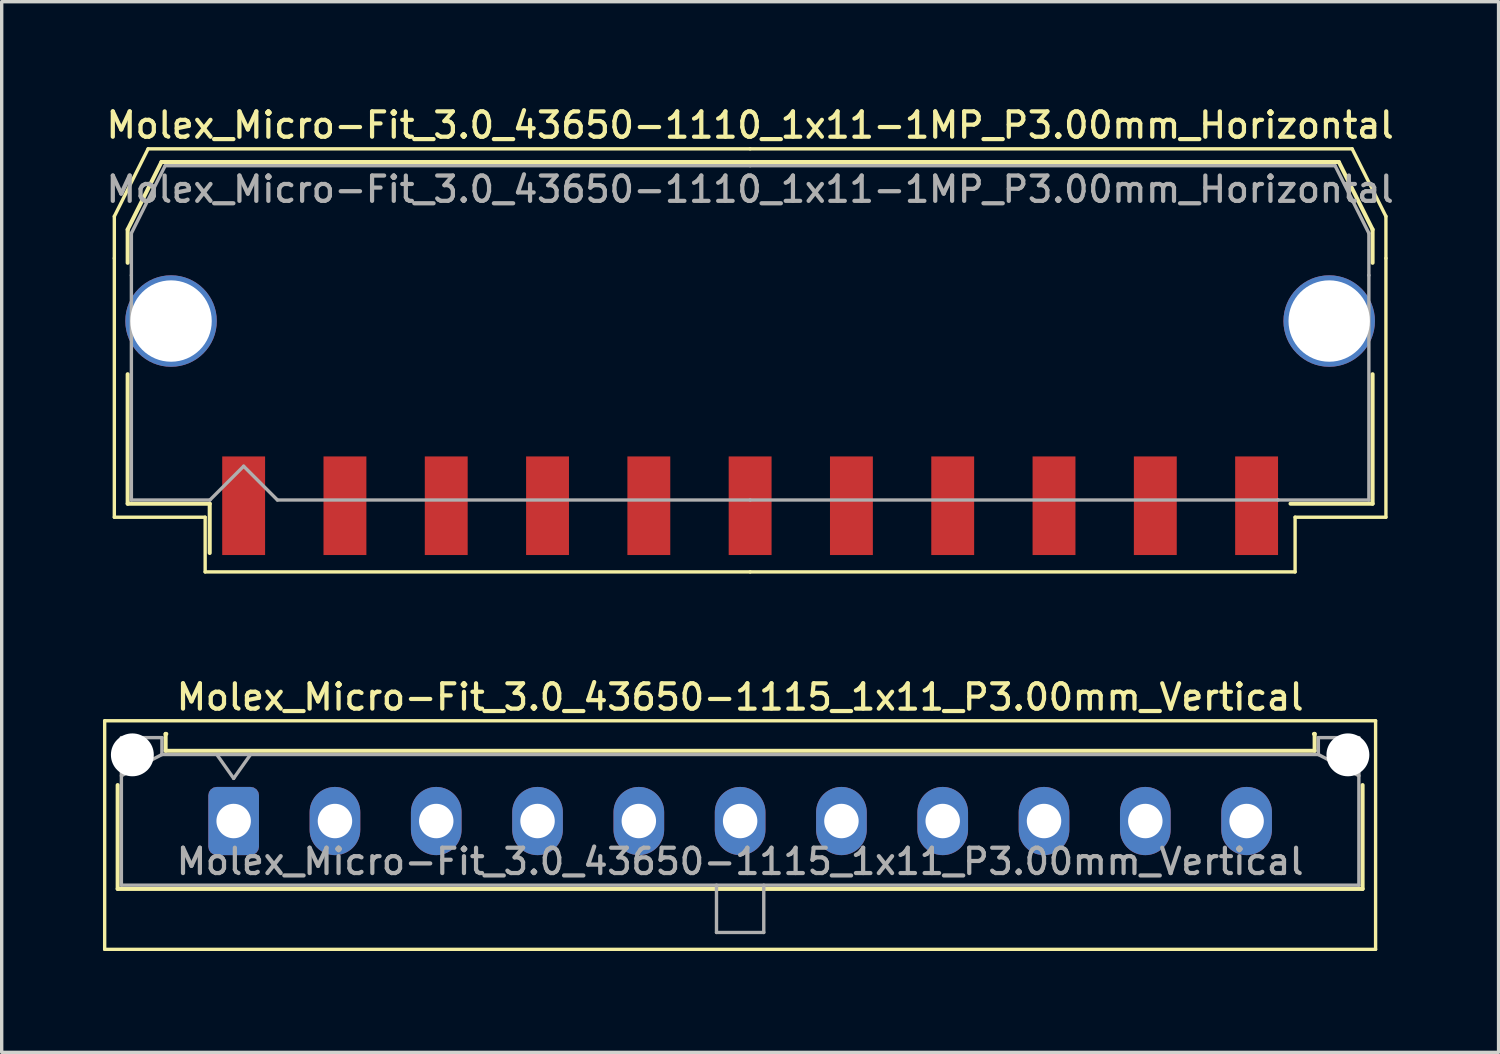
<source format=kicad_pcb>
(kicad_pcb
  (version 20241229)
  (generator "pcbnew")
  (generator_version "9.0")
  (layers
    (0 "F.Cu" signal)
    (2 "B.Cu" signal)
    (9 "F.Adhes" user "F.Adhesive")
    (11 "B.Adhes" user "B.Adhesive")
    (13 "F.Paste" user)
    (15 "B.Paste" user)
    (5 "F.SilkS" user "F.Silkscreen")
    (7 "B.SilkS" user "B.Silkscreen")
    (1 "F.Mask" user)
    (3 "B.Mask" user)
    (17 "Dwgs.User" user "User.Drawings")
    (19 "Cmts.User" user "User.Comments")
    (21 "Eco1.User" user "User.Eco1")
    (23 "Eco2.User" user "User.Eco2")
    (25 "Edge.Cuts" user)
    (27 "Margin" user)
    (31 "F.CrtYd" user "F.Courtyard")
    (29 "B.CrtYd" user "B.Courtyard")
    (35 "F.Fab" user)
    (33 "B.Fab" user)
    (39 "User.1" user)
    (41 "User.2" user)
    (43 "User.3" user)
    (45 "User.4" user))
  (footprint "Molex_Micro-Fit_3.0_43650-1115_1x11_P3.00mm_Vertical"
    (layer "F.Cu")
    (at 3.87 21.266)
    (property "Reference" "Molex_Micro-Fit_3.0_43650-1115_1x11_P3.00mm_Vertical" (at 15 -3.67 0) (layer "F.SilkS") (effects (font (size 0.75 0.75) (thickness 0.125))))
    (attr through_hole)
    (fp_line (start -3.82 -2.97) (end 33.82 -2.97) (stroke (width 0.1) (type solid)) (layer "F.SilkS"))
    (fp_line (start -3.82 3.8) (end -3.82 -2.97) (stroke (width 0.1) (type solid)) (layer "F.SilkS"))
    (fp_line (start -3.435 -1.065) (end -3.435 2.01) (stroke (width 0.12) (type solid)) (layer "F.SilkS"))
    (fp_line (start -3.435 2.01) (end 33.435 2.01) (stroke (width 0.12) (type solid)) (layer "F.SilkS"))
    (fp_line (start -2.015 -2.58) (end -2.015 -2.08) (stroke (width 0.12) (type solid)) (layer "F.SilkS"))
    (fp_line (start -2.015 -2.08) (end 32.015 -2.08) (stroke (width 0.12) (type solid)) (layer "F.SilkS"))
    (fp_line (start -1.995 -2.58) (end -2.015 -2.58) (stroke (width 0.12) (type solid)) (layer "F.SilkS"))
    (fp_line (start 32.015 -2.58) (end 31.995 -2.58) (stroke (width 0.12) (type solid)) (layer "F.SilkS"))
    (fp_line (start 32.015 -2.08) (end 32.015 -2.58) (stroke (width 0.12) (type solid)) (layer "F.SilkS"))
    (fp_line (start 33.435 2.01) (end 33.435 -1.065) (stroke (width 0.12) (type solid)) (layer "F.SilkS"))
    (fp_line (start 33.82 -2.97) (end 33.82 3.8) (stroke (width 0.1) (type solid)) (layer "F.SilkS"))
    (fp_line (start 33.82 3.8) (end -3.82 3.8) (stroke (width 0.1) (type solid)) (layer "F.SilkS"))
    (fp_line (start -3.325 -2.47) (end -3.325 1.9) (stroke (width 0.1) (type solid)) (layer "F.Fab"))
    (fp_line (start -3.325 -1.34) (end -2.125 -1.97) (stroke (width 0.1) (type solid)) (layer "F.Fab"))
    (fp_line (start -3.325 1.9) (end 33.325 1.9) (stroke (width 0.1) (type solid)) (layer "F.Fab"))
    (fp_line (start -2.125 -2.47) (end -3.325 -2.47) (stroke (width 0.1) (type solid)) (layer "F.Fab"))
    (fp_line (start -2.125 -1.97) (end -2.125 -2.47) (stroke (width 0.1) (type solid)) (layer "F.Fab"))
    (fp_line (start -0.5 -1.97) (end 0 -1.263) (stroke (width 0.1) (type solid)) (layer "F.Fab"))
    (fp_line (start 0 -1.263) (end 0.5 -1.97) (stroke (width 0.1) (type solid)) (layer "F.Fab"))
    (fp_line (start 14.3 1.9) (end 14.3 3.3) (stroke (width 0.1) (type solid)) (layer "F.Fab"))
    (fp_line (start 14.3 3.3) (end 15.7 3.3) (stroke (width 0.1) (type solid)) (layer "F.Fab"))
    (fp_line (start 15.7 3.3) (end 15.7 1.9) (stroke (width 0.1) (type solid)) (layer "F.Fab"))
    (fp_line (start 32.125 -2.47) (end 32.125 -1.97) (stroke (width 0.1) (type solid)) (layer "F.Fab"))
    (fp_line (start 32.125 -1.97) (end -2.125 -1.97) (stroke (width 0.1) (type solid)) (layer "F.Fab"))
    (fp_line (start 33.325 -2.47) (end 32.125 -2.47) (stroke (width 0.1) (type solid)) (layer "F.Fab"))
    (fp_line (start 33.325 -1.34) (end 32.125 -1.97) (stroke (width 0.1) (type solid)) (layer "F.Fab"))
    (fp_line (start 33.325 1.9) (end 33.325 -2.47) (stroke (width 0.1) (type solid)) (layer "F.Fab"))
    (fp_text user "${REFERENCE}" (at 15 1.2 0) (layer "F.Fab") (effects (font (size 0.75 0.75) (thickness 0.125))))
    (pad "" np_thru_hole circle (at -3 -1.96) (size 1.27 1.27) (drill 1.27) (layers "*.Cu" "*.Mask"))
    (pad "" np_thru_hole circle (at 33 -1.96) (size 1.27 1.27) (drill 1.27) (layers "*.Cu" "*.Mask"))
    (pad "1" thru_hole roundrect (at 0 0) (size 1.5 2.02) (drill 1.02) (layers "*.Cu" "*.Mask") (roundrect_rratio 0.167))
    (pad "2" thru_hole oval (at 3 0) (size 1.5 2.02) (drill 1.02) (layers "*.Cu" "*.Mask"))
    (pad "3" thru_hole oval (at 6 0) (size 1.5 2.02) (drill 1.02) (layers "*.Cu" "*.Mask"))
    (pad "4" thru_hole oval (at 9 0) (size 1.5 2.02) (drill 1.02) (layers "*.Cu" "*.Mask"))
    (pad "5" thru_hole oval (at 12 0) (size 1.5 2.02) (drill 1.02) (layers "*.Cu" "*.Mask"))
    (pad "6" thru_hole oval (at 15 0) (size 1.5 2.02) (drill 1.02) (layers "*.Cu" "*.Mask"))
    (pad "7" thru_hole oval (at 18 0) (size 1.5 2.02) (drill 1.02) (layers "*.Cu" "*.Mask"))
    (pad "8" thru_hole oval (at 21 0) (size 1.5 2.02) (drill 1.02) (layers "*.Cu" "*.Mask"))
    (pad "9" thru_hole oval (at 24 0) (size 1.5 2.02) (drill 1.02) (layers "*.Cu" "*.Mask"))
    (pad "10" thru_hole oval (at 27 0) (size 1.5 2.02) (drill 1.02) (layers "*.Cu" "*.Mask"))
    (pad "11" thru_hole oval (at 30 0) (size 1.5 2.02) (drill 1.02) (layers "*.Cu" "*.Mask")))
  (footprint "Molex_Micro-Fit_3.0_43650-1110_1x11-1MP_P3.00mm_Horizontal"
    (layer "F.Cu")
    (at 19.166 6.808)
    (property "Reference" "Molex_Micro-Fit_3.0_43650-1110_1x11-1MP_P3.00mm_Horizontal" (at 0 -6.15 0) (layer "F.SilkS") (effects (font (size 0.75 0.75) (thickness 0.125))))
    (attr smd)
    (fp_line (start -18.83 -3.45) (end -18.83 -2.21) (stroke (width 0.1) (type solid)) (layer "F.SilkS"))
    (fp_line (start -18.83 -2.21) (end -18.83 5.46) (stroke (width 0.1) (type solid)) (layer "F.SilkS"))
    (fp_line (start -18.83 5.46) (end -16.14 5.46) (stroke (width 0.1) (type solid)) (layer "F.SilkS"))
    (fp_line (start -18.435 -3.06) (end -18.435 -2.075) (stroke (width 0.12) (type solid)) (layer "F.SilkS"))
    (fp_line (start -18.435 1.225) (end -18.435 5.06) (stroke (width 0.12) (type solid)) (layer "F.SilkS"))
    (fp_line (start -18.435 5.06) (end -16.005 5.06) (stroke (width 0.12) (type solid)) (layer "F.SilkS"))
    (fp_line (start -17.83 -5.45) (end -18.83 -3.45) (stroke (width 0.1) (type solid)) (layer "F.SilkS"))
    (fp_line (start -17.435 -5.06) (end -18.435 -3.06) (stroke (width 0.12) (type solid)) (layer "F.SilkS"))
    (fp_line (start -16.14 5.46) (end -16.14 7.08) (stroke (width 0.1) (type solid)) (layer "F.SilkS"))
    (fp_line (start -16.14 7.08) (end 0 7.08) (stroke (width 0.1) (type solid)) (layer "F.SilkS"))
    (fp_line (start -16.005 5.06) (end -16.005 6.52) (stroke (width 0.12) (type solid)) (layer "F.SilkS"))
    (fp_line (start 0 -5.45) (end -17.83 -5.45) (stroke (width 0.1) (type solid)) (layer "F.SilkS"))
    (fp_line (start 0 -5.45) (end 17.83 -5.45) (stroke (width 0.1) (type solid)) (layer "F.SilkS"))
    (fp_line (start 0 -5.06) (end -17.435 -5.06) (stroke (width 0.12) (type solid)) (layer "F.SilkS"))
    (fp_line (start 0 -5.06) (end 17.435 -5.06) (stroke (width 0.12) (type solid)) (layer "F.SilkS"))
    (fp_line (start 16.14 5.46) (end 16.14 7.08) (stroke (width 0.1) (type solid)) (layer "F.SilkS"))
    (fp_line (start 16.14 7.08) (end 0 7.08) (stroke (width 0.1) (type solid)) (layer "F.SilkS"))
    (fp_line (start 17.435 -5.06) (end 18.435 -3.06) (stroke (width 0.12) (type solid)) (layer "F.SilkS"))
    (fp_line (start 17.83 -5.45) (end 18.83 -3.45) (stroke (width 0.1) (type solid)) (layer "F.SilkS"))
    (fp_line (start 18.435 -3.06) (end 18.435 -2.075) (stroke (width 0.12) (type solid)) (layer "F.SilkS"))
    (fp_line (start 18.435 1.225) (end 18.435 5.06) (stroke (width 0.12) (type solid)) (layer "F.SilkS"))
    (fp_line (start 18.435 5.06) (end 16.005 5.06) (stroke (width 0.12) (type solid)) (layer "F.SilkS"))
    (fp_line (start 18.83 -3.45) (end 18.83 -2.21) (stroke (width 0.1) (type solid)) (layer "F.SilkS"))
    (fp_line (start 18.83 -2.21) (end 18.83 5.46) (stroke (width 0.1) (type solid)) (layer "F.SilkS"))
    (fp_line (start 18.83 5.46) (end 16.14 5.46) (stroke (width 0.1) (type solid)) (layer "F.SilkS"))
    (fp_line (start -18.325 -2.95) (end -18.325 -1.705) (stroke (width 0.1) (type solid)) (layer "F.Fab"))
    (fp_line (start -18.325 -1.705) (end -18.325 4.95) (stroke (width 0.1) (type solid)) (layer "F.Fab"))
    (fp_line (start -18.325 4.95) (end -16 4.95) (stroke (width 0.1) (type solid)) (layer "F.Fab"))
    (fp_line (start -17.325 -4.95) (end -18.325 -2.95) (stroke (width 0.1) (type solid)) (layer "F.Fab"))
    (fp_line (start -16 4.95) (end -15 3.95) (stroke (width 0.1) (type solid)) (layer "F.Fab"))
    (fp_line (start -15 3.95) (end -14 4.95) (stroke (width 0.1) (type solid)) (layer "F.Fab"))
    (fp_line (start -14 4.95) (end 0 4.95) (stroke (width 0.1) (type solid)) (layer "F.Fab"))
    (fp_line (start 0 -4.95) (end -17.325 -4.95) (stroke (width 0.1) (type solid)) (layer "F.Fab"))
    (fp_line (start 0 -4.95) (end 17.325 -4.95) (stroke (width 0.1) (type solid)) (layer "F.Fab"))
    (fp_line (start 15.635 4.95) (end 0 4.95) (stroke (width 0.1) (type solid)) (layer "F.Fab"))
    (fp_line (start 17.325 -4.95) (end 18.325 -2.95) (stroke (width 0.1) (type solid)) (layer "F.Fab"))
    (fp_line (start 18.325 -2.95) (end 18.325 -1.705) (stroke (width 0.1) (type solid)) (layer "F.Fab"))
    (fp_line (start 18.325 -1.705) (end 18.325 4.95) (stroke (width 0.1) (type solid)) (layer "F.Fab"))
    (fp_line (start 18.325 4.95) (end 15.635 4.95) (stroke (width 0.1) (type solid)) (layer "F.Fab"))
    (fp_text user "${REFERENCE}" (at 0 -4.25 0) (layer "F.Fab") (effects (font (size 0.75 0.75) (thickness 0.125))))
    (pad "1" smd rect (at -15 5.12) (size 1.27 2.92) (layers "F.Cu" "F.Mask" "F.Paste"))
    (pad "2" smd rect (at -12 5.12) (size 1.27 2.92) (layers "F.Cu" "F.Mask" "F.Paste"))
    (pad "3" smd rect (at -9 5.12) (size 1.27 2.92) (layers "F.Cu" "F.Mask" "F.Paste"))
    (pad "4" smd rect (at -6 5.12) (size 1.27 2.92) (layers "F.Cu" "F.Mask" "F.Paste"))
    (pad "5" smd rect (at -3 5.12) (size 1.27 2.92) (layers "F.Cu" "F.Mask" "F.Paste"))
    (pad "6" smd rect (at 0 5.12) (size 1.27 2.92) (layers "F.Cu" "F.Mask" "F.Paste"))
    (pad "7" smd rect (at 3 5.12) (size 1.27 2.92) (layers "F.Cu" "F.Mask" "F.Paste"))
    (pad "8" smd rect (at 6 5.12) (size 1.27 2.92) (layers "F.Cu" "F.Mask" "F.Paste"))
    (pad "9" smd rect (at 9 5.12) (size 1.27 2.92) (layers "F.Cu" "F.Mask" "F.Paste"))
    (pad "10" smd rect (at 12 5.12) (size 1.27 2.92) (layers "F.Cu" "F.Mask" "F.Paste"))
    (pad "11" smd rect (at 15 5.12) (size 1.27 2.92) (layers "F.Cu" "F.Mask" "F.Paste"))
    (pad "MP" thru_hole circle (at -17.15 -0.35) (size 2.71 2.71) (drill 2.41) (property pad_prop_heatsink) (layers "*.Cu" "*.Mask"))
    (pad "MP" thru_hole circle (at 17.15 -0.35) (size 2.71 2.71) (drill 2.41) (property pad_prop_heatsink) (layers "*.Cu" "*.Mask")))
  (gr_rect
    (start -3 -3)
    (end 41.332 28.116)
    (stroke (width 0.1) (type default))
    (fill no)
    (layer "Edge.Cuts")))
</source>
